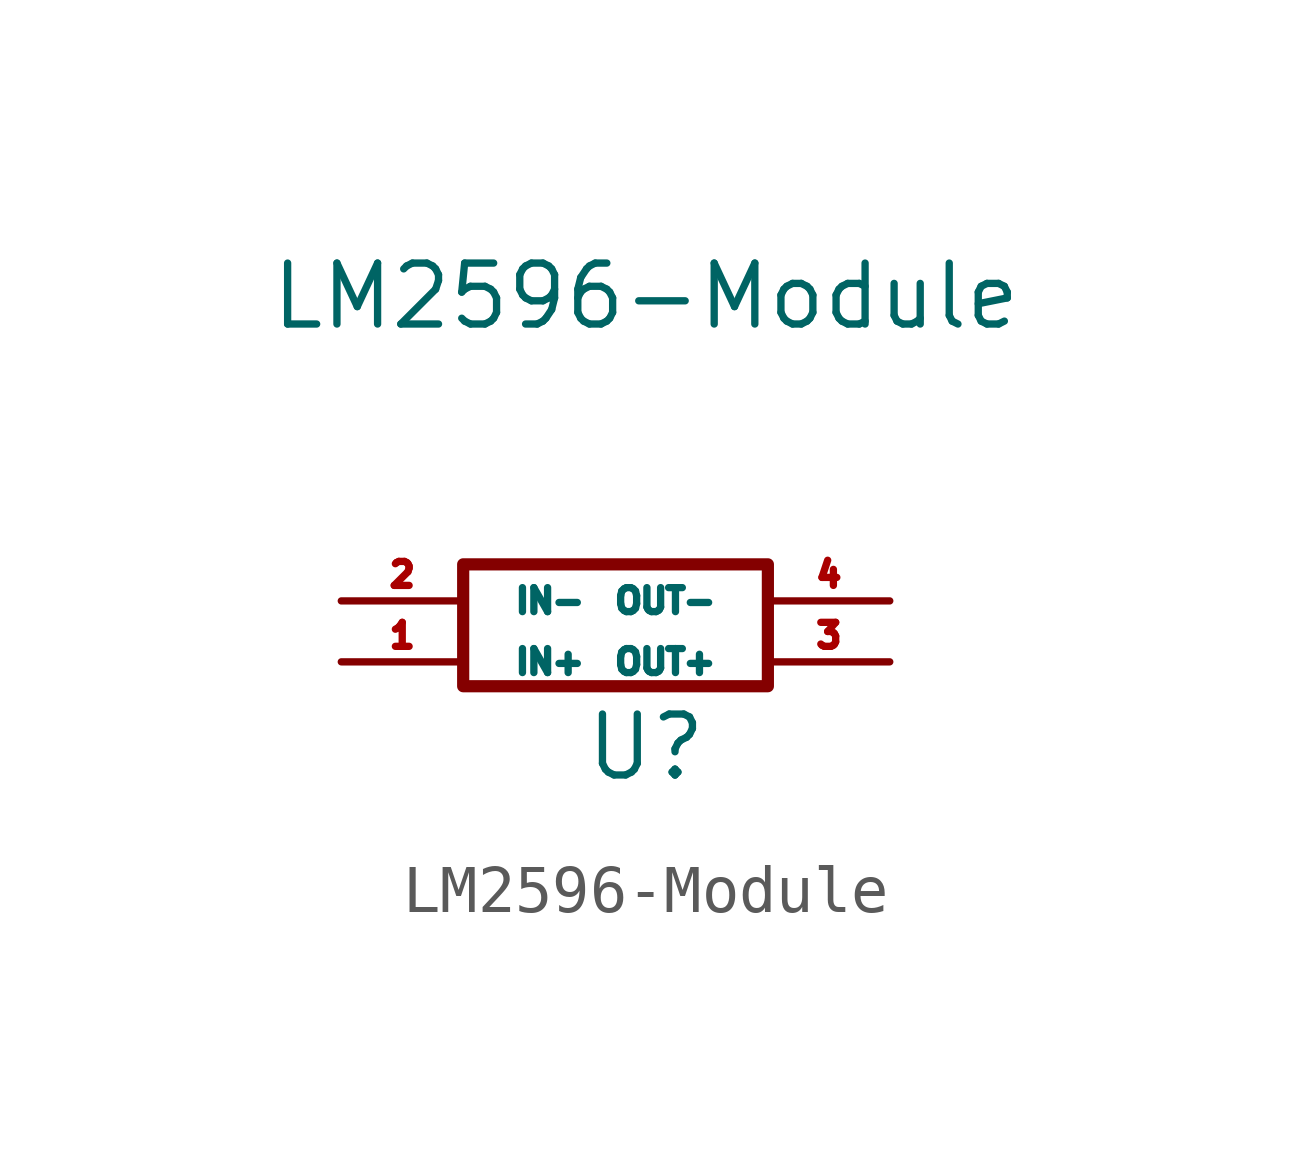
<source format=kicad_sym>
(kicad_symbol_lib
  (version 20220914)
  (generator kicad_symbol_editor)
  (symbol "LM2596-Module"
    (pin_names
      (offset 1.016))
    (property "Reference" "U"
      (at 0 -1.778 0)
      (effects (font (size 1.27 1.27))))
    (property "Value" "LM2596-Module"
      (at 0 7.62 0)
      (effects (font (size 1.27 1.27))))
    (symbol "LM2596-Module_0_1"
      (rectangle (start -3.81 2.032) (end 2.54 -0.508) (stroke (width 0.254) (type solid)) (fill (type none))))
    (symbol "LM2596-Module_1_1"
      (pin passive line (at -6.35 0 0) (length 2.54) (name "IN+" (effects (font (size 0.5 0.5)))) (number "1" (effects (font (size 0.5 0.5)))))
      (pin passive line (at -6.35 1.27 0) (length 2.54) (name "IN-" (effects (font (size 0.5 0.5)))) (number "2" (effects (font (size 0.5 0.5)))))
      (pin passive line (at 5.08 0 180) (length 2.54) (name "OUT+" (effects (font (size 0.5 0.5)))) (number "3" (effects (font (size 0.5 0.5)))))
      (pin passive line (at 5.08 1.27 180) (length 2.54) (name "OUT-" (effects (font (size 0.5 0.5)))) (number "4" (effects (font (size 0.5 0.5))))))))
</source>
